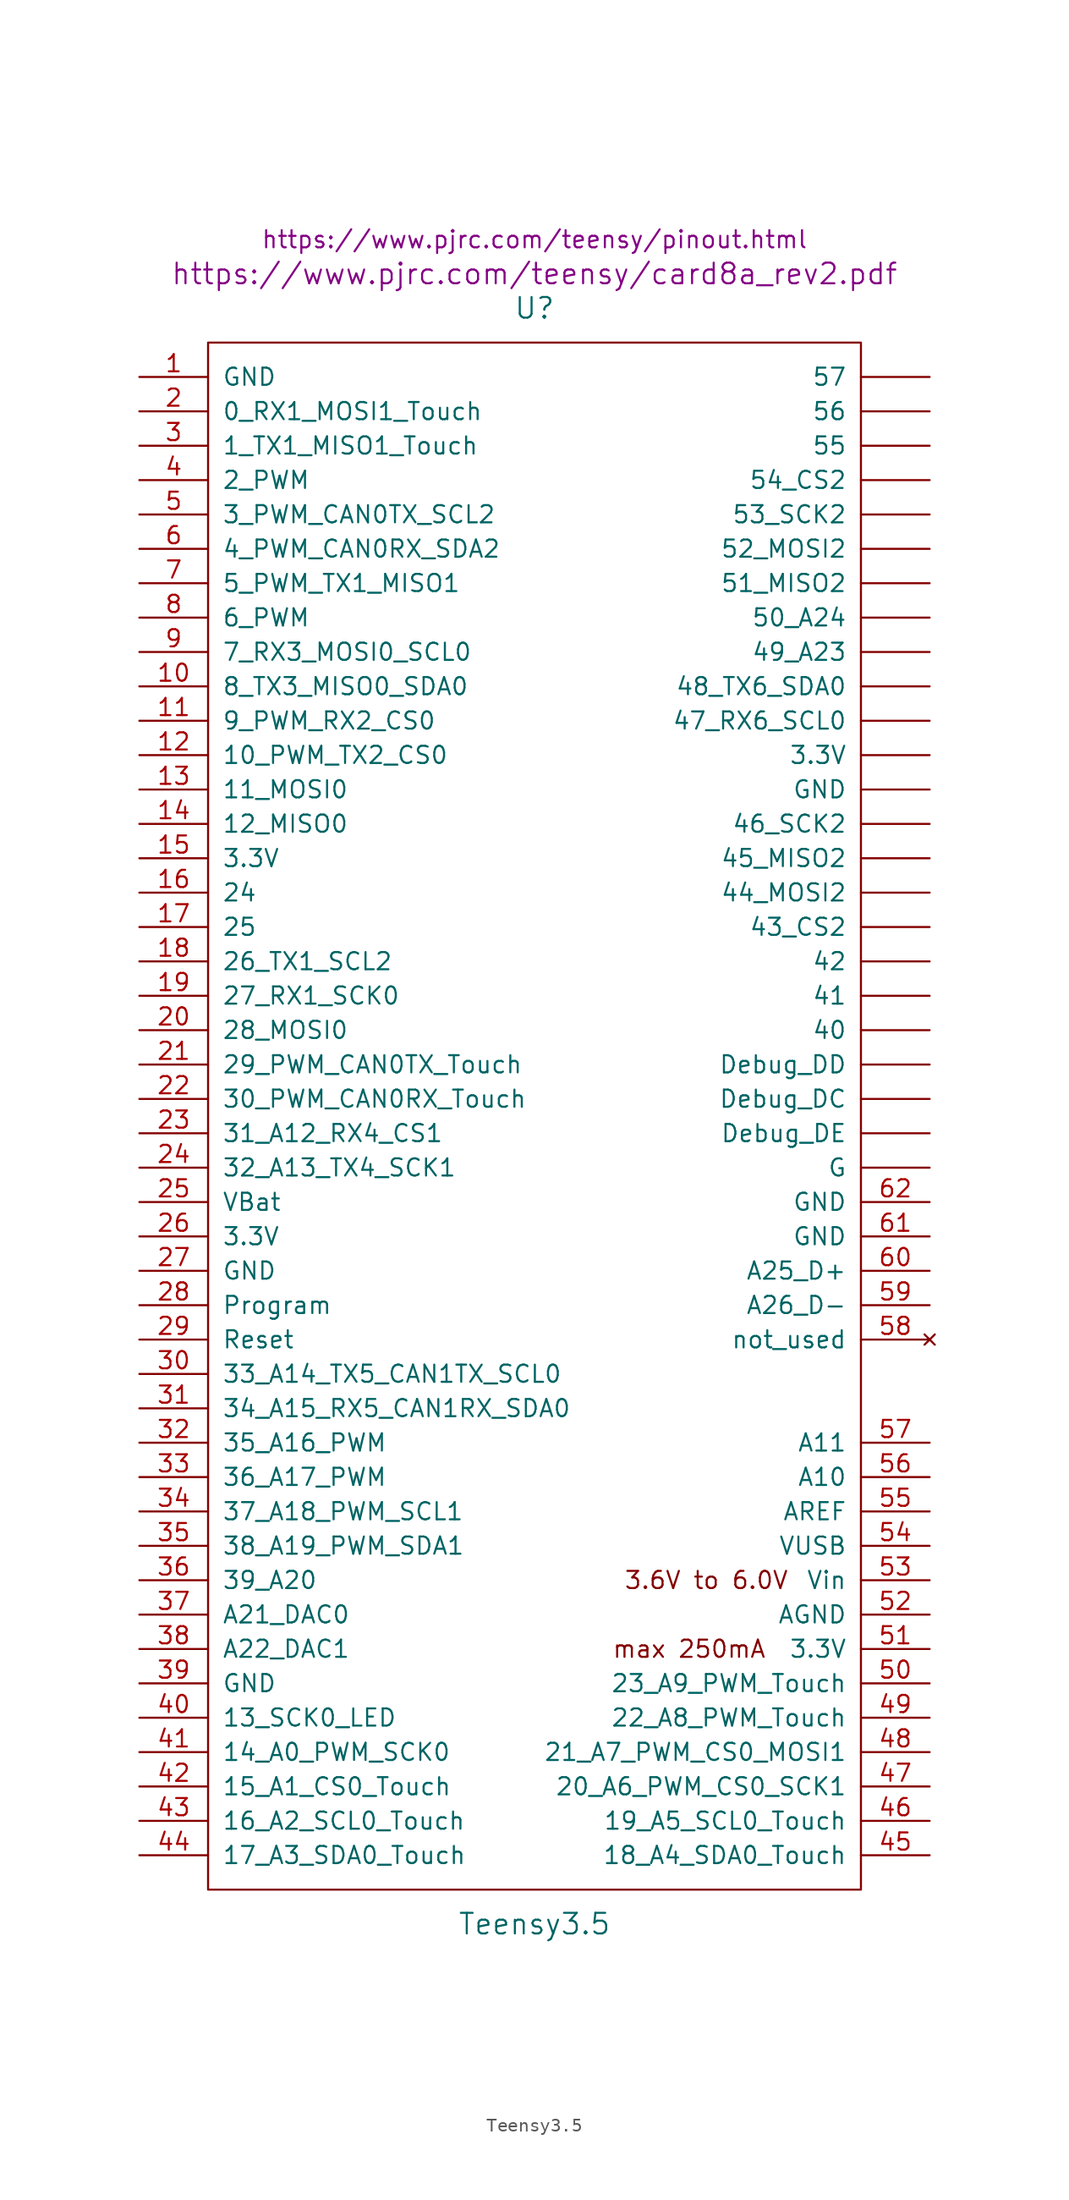
<source format=kicad_sym>
(kicad_symbol_lib
  (version 20201005)
  (generator kicad_symbol_editor)
  (symbol "teensy:Teensy3.5"
    (pin_names
      (offset 1.016))
    (property "Reference" "U"
      (at 0 59.69 0)
      (effects (font (size 1.524 1.524))))
    (property "Value" "Teensy3.5"
      (at 0 -59.69 0)
      (effects (font (size 1.524 1.524))))
    (property "Footprint" ""
      (at -2.54 57.15 0)
      (effects (font (size 1.524 1.524))))
    (property "Datasheet" "https://www.pjrc.com/teensy/card8a_rev2.pdf"
      (at 0 62.23 0)
      (effects (font (size 1.524 1.524))))
    (property "Pinouts" "https://www.pjrc.com/teensy/pinout.html"
      (at 0 64.77 0)
      (effects (font (size 1.27 1.27))))
    (symbol "Teensy3.5_0_0"
      (text "3.6V to 6.0V" (at 12.7 -34.29 0) (effects (font (size 1.27 1.27))))
      (text "max 250mA" (at 11.43 -39.37 0) (effects (font (size 1.27 1.27)))))
    (symbol "Teensy3.5_0_1"
      (rectangle (start -24.13 57.15) (end 24.13 -57.15) (stroke (width 0)) (fill (type none))))
    (symbol "Teensy3.5_1_1"
      (pin power_in line (at -29.21 54.61 0) (length 5.08) (name "GND" (effects (font (size 1.27 1.27)))) (number "1" (effects (font (size 1.27 1.27)))))
      (pin bidirectional line (at -29.21 31.75 0) (length 5.08) (name "8_TX3_MISO0_SDA0" (effects (font (size 1.27 1.27)))) (number "10" (effects (font (size 1.27 1.27)))))
      (pin bidirectional line (at -29.21 29.21 0) (length 5.08) (name "9_PWM_RX2_CS0" (effects (font (size 1.27 1.27)))) (number "11" (effects (font (size 1.27 1.27)))))
      (pin bidirectional line (at -29.21 26.67 0) (length 5.08) (name "10_PWM_TX2_CS0" (effects (font (size 1.27 1.27)))) (number "12" (effects (font (size 1.27 1.27)))))
      (pin bidirectional line (at -29.21 24.13 0) (length 5.08) (name "11_MOSI0" (effects (font (size 1.27 1.27)))) (number "13" (effects (font (size 1.27 1.27)))))
      (pin bidirectional line (at -29.21 21.59 0) (length 5.08) (name "12_MISO0" (effects (font (size 1.27 1.27)))) (number "14" (effects (font (size 1.27 1.27)))))
      (pin power_out line (at -29.21 19.05 0) (length 5.08) (name "3.3V" (effects (font (size 1.27 1.27)))) (number "15" (effects (font (size 1.27 1.27)))))
      (pin bidirectional line (at -29.21 16.51 0) (length 5.08) (name "24" (effects (font (size 1.27 1.27)))) (number "16" (effects (font (size 1.27 1.27)))))
      (pin bidirectional line (at -29.21 13.97 0) (length 5.08) (name "25" (effects (font (size 1.27 1.27)))) (number "17" (effects (font (size 1.27 1.27)))))
      (pin bidirectional line (at -29.21 11.43 0) (length 5.08) (name "26_TX1_SCL2" (effects (font (size 1.27 1.27)))) (number "18" (effects (font (size 1.27 1.27)))))
      (pin bidirectional line (at -29.21 8.89 0) (length 5.08) (name "27_RX1_SCK0" (effects (font (size 1.27 1.27)))) (number "19" (effects (font (size 1.27 1.27)))))
      (pin bidirectional line (at -29.21 52.07 0) (length 5.08) (name "0_RX1_MOSI1_Touch" (effects (font (size 1.27 1.27)))) (number "2" (effects (font (size 1.27 1.27)))))
      (pin bidirectional line (at -29.21 6.35 0) (length 5.08) (name "28_MOSI0" (effects (font (size 1.27 1.27)))) (number "20" (effects (font (size 1.27 1.27)))))
      (pin bidirectional line (at -29.21 3.81 0) (length 5.08) (name "29_PWM_CAN0TX_Touch" (effects (font (size 1.27 1.27)))) (number "21" (effects (font (size 1.27 1.27)))))
      (pin bidirectional line (at -29.21 1.27 0) (length 5.08) (name "30_PWM_CAN0RX_Touch" (effects (font (size 1.27 1.27)))) (number "22" (effects (font (size 1.27 1.27)))))
      (pin bidirectional line (at -29.21 -1.27 0) (length 5.08) (name "31_A12_RX4_CS1" (effects (font (size 1.27 1.27)))) (number "23" (effects (font (size 1.27 1.27)))))
      (pin bidirectional line (at -29.21 -3.81 0) (length 5.08) (name "32_A13_TX4_SCK1" (effects (font (size 1.27 1.27)))) (number "24" (effects (font (size 1.27 1.27)))))
      (pin power_in line (at -29.21 -6.35 0) (length 5.08) (name "VBat" (effects (font (size 1.27 1.27)))) (number "25" (effects (font (size 1.27 1.27)))))
      (pin power_in line (at -29.21 -8.89 0) (length 5.08) (name "3.3V" (effects (font (size 1.27 1.27)))) (number "26" (effects (font (size 1.27 1.27)))))
      (pin power_in line (at -29.21 -11.43 0) (length 5.08) (name "GND" (effects (font (size 1.27 1.27)))) (number "27" (effects (font (size 1.27 1.27)))))
      (pin input line (at -29.21 -13.97 0) (length 5.08) (name "Program" (effects (font (size 1.27 1.27)))) (number "28" (effects (font (size 1.27 1.27)))))
      (pin input line (at -29.21 -16.51 0) (length 5.08) (name "Reset" (effects (font (size 1.27 1.27)))) (number "29" (effects (font (size 1.27 1.27)))))
      (pin bidirectional line (at -29.21 49.53 0) (length 5.08) (name "1_TX1_MISO1_Touch" (effects (font (size 1.27 1.27)))) (number "3" (effects (font (size 1.27 1.27)))))
      (pin bidirectional line (at -29.21 -19.05 0) (length 5.08) (name "33_A14_TX5_CAN1TX_SCL0" (effects (font (size 1.27 1.27)))) (number "30" (effects (font (size 1.27 1.27)))))
      (pin bidirectional line (at -29.21 -21.59 0) (length 5.08) (name "34_A15_RX5_CAN1RX_SDA0" (effects (font (size 1.27 1.27)))) (number "31" (effects (font (size 1.27 1.27)))))
      (pin bidirectional line (at -29.21 -24.13 0) (length 5.08) (name "35_A16_PWM" (effects (font (size 1.27 1.27)))) (number "32" (effects (font (size 1.27 1.27)))))
      (pin bidirectional line (at -29.21 -26.67 0) (length 5.08) (name "36_A17_PWM" (effects (font (size 1.27 1.27)))) (number "33" (effects (font (size 1.27 1.27)))))
      (pin bidirectional line (at -29.21 -29.21 0) (length 5.08) (name "37_A18_PWM_SCL1" (effects (font (size 1.27 1.27)))) (number "34" (effects (font (size 1.27 1.27)))))
      (pin bidirectional line (at -29.21 -31.75 0) (length 5.08) (name "38_A19_PWM_SDA1" (effects (font (size 1.27 1.27)))) (number "35" (effects (font (size 1.27 1.27)))))
      (pin bidirectional line (at -29.21 -34.29 0) (length 5.08) (name "39_A20" (effects (font (size 1.27 1.27)))) (number "36" (effects (font (size 1.27 1.27)))))
      (pin bidirectional line (at -29.21 -36.83 0) (length 5.08) (name "A21_DAC0" (effects (font (size 1.27 1.27)))) (number "37" (effects (font (size 1.27 1.27)))))
      (pin bidirectional line (at -29.21 -39.37 0) (length 5.08) (name "A22_DAC1" (effects (font (size 1.27 1.27)))) (number "38" (effects (font (size 1.27 1.27)))))
      (pin power_in line (at -29.21 -41.91 0) (length 5.08) (name "GND" (effects (font (size 1.27 1.27)))) (number "39" (effects (font (size 1.27 1.27)))))
      (pin bidirectional line (at -29.21 46.99 0) (length 5.08) (name "2_PWM" (effects (font (size 1.27 1.27)))) (number "4" (effects (font (size 1.27 1.27)))))
      (pin bidirectional line (at -29.21 -44.45 0) (length 5.08) (name "13_SCK0_LED" (effects (font (size 1.27 1.27)))) (number "40" (effects (font (size 1.27 1.27)))))
      (pin bidirectional line (at -29.21 -46.99 0) (length 5.08) (name "14_A0_PWM_SCK0" (effects (font (size 1.27 1.27)))) (number "41" (effects (font (size 1.27 1.27)))))
      (pin bidirectional line (at -29.21 -49.53 0) (length 5.08) (name "15_A1_CS0_Touch" (effects (font (size 1.27 1.27)))) (number "42" (effects (font (size 1.27 1.27)))))
      (pin bidirectional line (at -29.21 -52.07 0) (length 5.08) (name "16_A2_SCL0_Touch" (effects (font (size 1.27 1.27)))) (number "43" (effects (font (size 1.27 1.27)))))
      (pin bidirectional line (at -29.21 -54.61 0) (length 5.08) (name "17_A3_SDA0_Touch" (effects (font (size 1.27 1.27)))) (number "44" (effects (font (size 1.27 1.27)))))
      (pin bidirectional line (at 29.21 -54.61 180) (length 5.08) (name "18_A4_SDA0_Touch" (effects (font (size 1.27 1.27)))) (number "45" (effects (font (size 1.27 1.27)))))
      (pin bidirectional line (at 29.21 -52.07 180) (length 5.08) (name "19_A5_SCL0_Touch" (effects (font (size 1.27 1.27)))) (number "46" (effects (font (size 1.27 1.27)))))
      (pin bidirectional line (at 29.21 -49.53 180) (length 5.08) (name "20_A6_PWM_CS0_SCK1" (effects (font (size 1.27 1.27)))) (number "47" (effects (font (size 1.27 1.27)))))
      (pin bidirectional line (at 29.21 -46.99 180) (length 5.08) (name "21_A7_PWM_CS0_MOSI1" (effects (font (size 1.27 1.27)))) (number "48" (effects (font (size 1.27 1.27)))))
      (pin bidirectional line (at 29.21 -44.45 180) (length 5.08) (name "22_A8_PWM_Touch" (effects (font (size 1.27 1.27)))) (number "49" (effects (font (size 1.27 1.27)))))
      (pin bidirectional line (at -29.21 44.45 0) (length 5.08) (name "3_PWM_CAN0TX_SCL2" (effects (font (size 1.27 1.27)))) (number "5" (effects (font (size 1.27 1.27)))))
      (pin bidirectional line (at 29.21 -41.91 180) (length 5.08) (name "23_A9_PWM_Touch" (effects (font (size 1.27 1.27)))) (number "50" (effects (font (size 1.27 1.27)))))
      (pin power_out line (at 29.21 -39.37 180) (length 5.08) (name "3.3V" (effects (font (size 1.27 1.27)))) (number "51" (effects (font (size 1.27 1.27)))))
      (pin power_out line (at 29.21 -36.83 180) (length 5.08) (name "AGND" (effects (font (size 1.27 1.27)))) (number "52" (effects (font (size 1.27 1.27)))))
      (pin power_in line (at 29.21 -34.29 180) (length 5.08) (name "Vin" (effects (font (size 1.27 1.27)))) (number "53" (effects (font (size 1.27 1.27)))))
      (pin power_in line (at 29.21 -31.75 180) (length 5.08) (name "VUSB" (effects (font (size 1.27 1.27)))) (number "54" (effects (font (size 1.27 1.27)))))
      (pin input line (at 29.21 -29.21 180) (length 5.08) (name "AREF" (effects (font (size 1.27 1.27)))) (number "55" (effects (font (size 1.27 1.27)))))
      (pin bidirectional line (at 29.21 -26.67 180) (length 5.08) (name "A10" (effects (font (size 1.27 1.27)))) (number "56" (effects (font (size 1.27 1.27)))))
      (pin bidirectional line (at 29.21 -24.13 180) (length 5.08) (name "A11" (effects (font (size 1.27 1.27)))) (number "57" (effects (font (size 1.27 1.27)))))
      (pin no_connect line (at 29.21 -16.51 180) (length 5.08) (name "not_used" (effects (font (size 1.27 1.27)))) (number "58" (effects (font (size 1.27 1.27)))))
      (pin bidirectional line (at 29.21 -13.97 180) (length 5.08) (name "A26_D-" (effects (font (size 1.27 1.27)))) (number "59" (effects (font (size 1.27 1.27)))))
      (pin bidirectional line (at -29.21 41.91 0) (length 5.08) (name "4_PWM_CAN0RX_SDA2" (effects (font (size 1.27 1.27)))) (number "6" (effects (font (size 1.27 1.27)))))
      (pin bidirectional line (at 29.21 -11.43 180) (length 5.08) (name "A25_D+" (effects (font (size 1.27 1.27)))) (number "60" (effects (font (size 1.27 1.27)))))
      (pin power_in line (at 29.21 -8.89 180) (length 5.08) (name "GND" (effects (font (size 1.27 1.27)))) (number "61" (effects (font (size 1.27 1.27)))))
      (pin power_in line (at 29.21 -6.35 180) (length 5.08) (name "GND" (effects (font (size 1.27 1.27)))) (number "62" (effects (font (size 1.27 1.27)))))
      (pin bidirectional line (at -29.21 39.37 0) (length 5.08) (name "5_PWM_TX1_MISO1" (effects (font (size 1.27 1.27)))) (number "7" (effects (font (size 1.27 1.27)))))
      (pin bidirectional line (at -29.21 36.83 0) (length 5.08) (name "6_PWM" (effects (font (size 1.27 1.27)))) (number "8" (effects (font (size 1.27 1.27)))))
      (pin bidirectional line (at -29.21 34.29 0) (length 5.08) (name "7_RX3_MOSI0_SCL0" (effects (font (size 1.27 1.27)))) (number "9" (effects (font (size 1.27 1.27)))))
      (pin power_in line (at 29.21 26.67 180) (length 5.08) (name "3.3V" (effects (font (size 1.27 1.27)))) (number "~" (effects (font (size 1.27 1.27)))))
      (pin bidirectional line (at 29.21 6.35 180) (length 5.08) (name "40" (effects (font (size 1.27 1.27)))) (number "~" (effects (font (size 1.27 1.27)))))
      (pin bidirectional line (at 29.21 8.89 180) (length 5.08) (name "41" (effects (font (size 1.27 1.27)))) (number "~" (effects (font (size 1.27 1.27)))))
      (pin bidirectional line (at 29.21 11.43 180) (length 5.08) (name "42" (effects (font (size 1.27 1.27)))) (number "~" (effects (font (size 1.27 1.27)))))
      (pin bidirectional line (at 29.21 13.97 180) (length 5.08) (name "43_CS2" (effects (font (size 1.27 1.27)))) (number "~" (effects (font (size 1.27 1.27)))))
      (pin bidirectional line (at 29.21 16.51 180) (length 5.08) (name "44_MOSI2" (effects (font (size 1.27 1.27)))) (number "~" (effects (font (size 1.27 1.27)))))
      (pin bidirectional line (at 29.21 19.05 180) (length 5.08) (name "45_MISO2" (effects (font (size 1.27 1.27)))) (number "~" (effects (font (size 1.27 1.27)))))
      (pin bidirectional line (at 29.21 21.59 180) (length 5.08) (name "46_SCK2" (effects (font (size 1.27 1.27)))) (number "~" (effects (font (size 1.27 1.27)))))
      (pin bidirectional line (at 29.21 29.21 180) (length 5.08) (name "47_RX6_SCL0" (effects (font (size 1.27 1.27)))) (number "~" (effects (font (size 1.27 1.27)))))
      (pin bidirectional line (at 29.21 31.75 180) (length 5.08) (name "48_TX6_SDA0" (effects (font (size 1.27 1.27)))) (number "~" (effects (font (size 1.27 1.27)))))
      (pin bidirectional line (at 29.21 34.29 180) (length 5.08) (name "49_A23" (effects (font (size 1.27 1.27)))) (number "~" (effects (font (size 1.27 1.27)))))
      (pin bidirectional line (at 29.21 36.83 180) (length 5.08) (name "50_A24" (effects (font (size 1.27 1.27)))) (number "~" (effects (font (size 1.27 1.27)))))
      (pin bidirectional line (at 29.21 39.37 180) (length 5.08) (name "51_MISO2" (effects (font (size 1.27 1.27)))) (number "~" (effects (font (size 1.27 1.27)))))
      (pin bidirectional line (at 29.21 41.91 180) (length 5.08) (name "52_MOSI2" (effects (font (size 1.27 1.27)))) (number "~" (effects (font (size 1.27 1.27)))))
      (pin bidirectional line (at 29.21 44.45 180) (length 5.08) (name "53_SCK2" (effects (font (size 1.27 1.27)))) (number "~" (effects (font (size 1.27 1.27)))))
      (pin bidirectional line (at 29.21 46.99 180) (length 5.08) (name "54_CS2" (effects (font (size 1.27 1.27)))) (number "~" (effects (font (size 1.27 1.27)))))
      (pin bidirectional line (at 29.21 49.53 180) (length 5.08) (name "55" (effects (font (size 1.27 1.27)))) (number "~" (effects (font (size 1.27 1.27)))))
      (pin bidirectional line (at 29.21 52.07 180) (length 5.08) (name "56" (effects (font (size 1.27 1.27)))) (number "~" (effects (font (size 1.27 1.27)))))
      (pin bidirectional line (at 29.21 54.61 180) (length 5.08) (name "57" (effects (font (size 1.27 1.27)))) (number "~" (effects (font (size 1.27 1.27)))))
      (pin input line (at 29.21 1.27 180) (length 5.08) (name "Debug_DC" (effects (font (size 1.27 1.27)))) (number "~" (effects (font (size 1.27 1.27)))))
      (pin input line (at 29.21 3.81 180) (length 5.08) (name "Debug_DD" (effects (font (size 1.27 1.27)))) (number "~" (effects (font (size 1.27 1.27)))))
      (pin input line (at 29.21 -1.27 180) (length 5.08) (name "Debug_DE" (effects (font (size 1.27 1.27)))) (number "~" (effects (font (size 1.27 1.27)))))
      (pin power_in line (at 29.21 -3.81 180) (length 5.08) (name "G" (effects (font (size 1.27 1.27)))) (number "~" (effects (font (size 1.27 1.27)))))
      (pin power_in line (at 29.21 24.13 180) (length 5.08) (name "GND" (effects (font (size 1.27 1.27)))) (number "~" (effects (font (size 1.27 1.27))))))))
</source>
